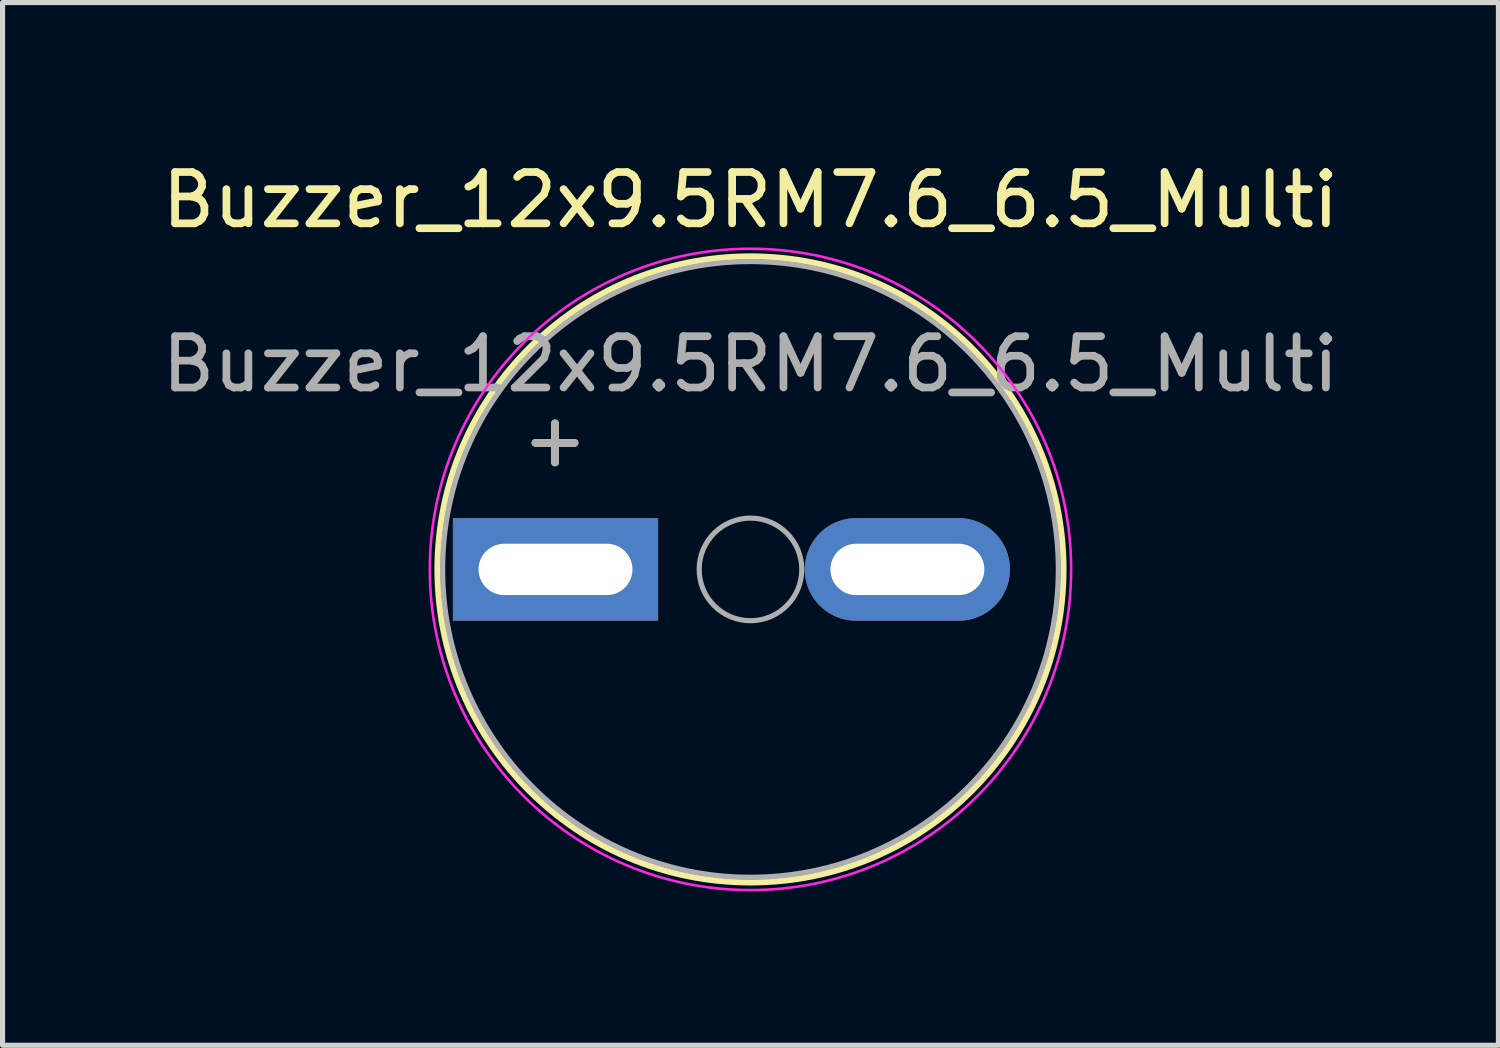
<source format=kicad_pcb>
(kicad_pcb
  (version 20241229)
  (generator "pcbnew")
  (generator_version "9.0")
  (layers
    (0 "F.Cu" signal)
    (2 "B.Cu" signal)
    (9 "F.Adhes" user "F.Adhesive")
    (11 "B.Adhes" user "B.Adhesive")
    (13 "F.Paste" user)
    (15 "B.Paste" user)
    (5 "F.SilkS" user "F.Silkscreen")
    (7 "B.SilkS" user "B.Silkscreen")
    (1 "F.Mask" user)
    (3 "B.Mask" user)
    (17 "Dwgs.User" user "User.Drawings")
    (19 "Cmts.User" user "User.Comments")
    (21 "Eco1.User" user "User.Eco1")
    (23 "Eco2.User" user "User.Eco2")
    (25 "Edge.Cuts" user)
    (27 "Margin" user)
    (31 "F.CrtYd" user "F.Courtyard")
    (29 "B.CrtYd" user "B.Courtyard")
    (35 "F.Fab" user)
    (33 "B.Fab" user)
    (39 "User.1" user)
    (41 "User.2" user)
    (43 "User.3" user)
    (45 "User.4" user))
  (footprint "Buzzer_12x9.5RM7.6_6.5_Multi"
    (layer "F.Cu")
    (at 7.777 8.048)
    (property "Reference" "Buzzer_12x9.5RM7.6_6.5_Multi" (at 3.8 -7.2 0) (layer "F.SilkS") (effects (font (size 1 1) (thickness 0.15))))
    (attr through_hole)
    (fp_circle (center 3.8 0) (end 9.9 0) (stroke (width 0.12) (type solid)) (fill no) (layer "F.SilkS"))
    (fp_circle (center 3.8 0) (end 10.05 0) (stroke (width 0.05) (type solid)) (fill no) (layer "F.CrtYd"))
    (fp_circle (center 3.8 0) (end 4.8 0) (stroke (width 0.1) (type solid)) (fill no) (layer "F.Fab"))
    (fp_circle (center 3.8 0) (end 9.8 0) (stroke (width 0.1) (type solid)) (fill no) (layer "F.Fab"))
    (fp_text user "+" (at -0.01 -2.54 0) (layer "F.SilkS") (effects (font (size 1 1) (thickness 0.15))))
    (fp_text user "+" (at -0.01 -2.54 0) (layer "F.Fab") (effects (font (size 1 1) (thickness 0.15))))
    (fp_text user "${REFERENCE}" (at 3.8 -4 0) (layer "F.Fab") (effects (font (size 1 1) (thickness 0.15))))
    (pad "1" thru_hole rect (at 0 0) (size 4 2) (drill oval 3 1) (layers "*.Cu" "*.Mask"))
    (pad "2" thru_hole oval (at 6.858 0) (size 4 2) (drill oval 3 1) (layers "*.Cu" "*.Mask")))
  (gr_rect
    (start -3 -3)
    (end 26.155 17.323)
    (stroke (width 0.1) (type default))
    (fill no)
    (layer "Edge.Cuts")))
</source>
